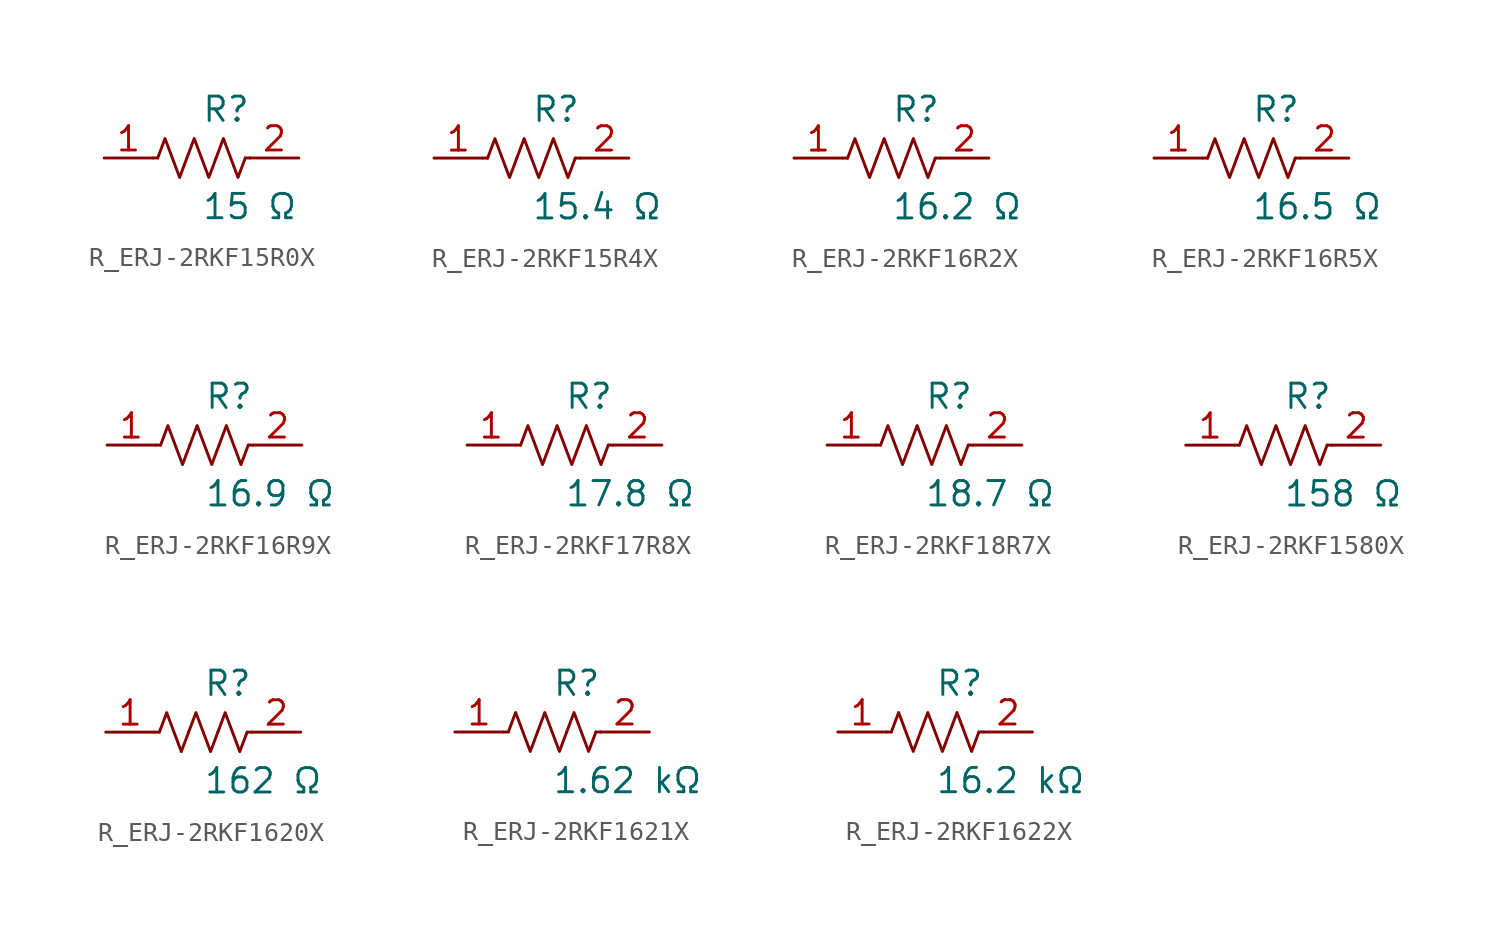
<source format=kicad_sym>
(kicad_symbol_lib
  (version 20231120)
  (generator kicad_symbol_editor)
  (generator_version 8.0)
  (symbol "R_ERJ-2RKF15R0X"
    (pin_names
      (offset 0.254))
    (property "Reference" "R"
      (at 0.0 2.54 0)
      (effects (font (size 1.27 1.27)) (justify left)))
    (property "Value" "15 Ω"
      (at 0.0 -2.54 0)
      (effects (font (size 1.27 1.27)) (justify left)))
    (symbol "R_ERJ-2RKF15R0X_0_1"
      (polyline (pts (xy 2.286 0) (xy 2.54 0)) (stroke (width 0) (type default)) (fill (type none)))
      (polyline (pts (xy -2.286 0) (xy -2.54 0)) (stroke (width 0) (type default)) (fill (type none)))
      (polyline (pts (xy 0.762 0) (xy 1.143 1.016) (xy 1.524 0) (xy 1.905 -1.016) (xy 2.286 0)) (stroke (width 0) (type default)) (fill (type none)))
      (polyline (pts (xy -0.762 0) (xy -0.381 1.016) (xy 0 0) (xy 0.381 -1.016) (xy 0.762 0)) (stroke (width 0) (type default)) (fill (type none)))
      (polyline (pts (xy -2.286 0) (xy -1.905 1.016) (xy -1.524 0) (xy -1.143 -1.016) (xy -0.762 0)) (stroke (width 0) (type default)) (fill (type none))))
    (pin unspecified line
      (at -5.08 0 0)
      (length 2.54)
      (name "" (effects (font (size 1.27 1.27))))
      (number "1" (effects (font (size 1.27 1.27)))))
    (pin unspecified line
      (at 5.08 0 180)
      (length 2.54)
      (name "" (effects (font (size 1.27 1.27))))
      (number "2" (effects (font (size 1.27 1.27))))))
  (symbol "R_ERJ-2RKF15R4X"
    (pin_names
      (offset 0.254))
    (property "Reference" "R"
      (at 0.0 2.54 0)
      (effects (font (size 1.27 1.27)) (justify left)))
    (property "Value" "15.4 Ω"
      (at 0.0 -2.54 0)
      (effects (font (size 1.27 1.27)) (justify left)))
    (symbol "R_ERJ-2RKF15R4X_0_1"
      (polyline (pts (xy 2.286 0) (xy 2.54 0)) (stroke (width 0) (type default)) (fill (type none)))
      (polyline (pts (xy -2.286 0) (xy -2.54 0)) (stroke (width 0) (type default)) (fill (type none)))
      (polyline (pts (xy 0.762 0) (xy 1.143 1.016) (xy 1.524 0) (xy 1.905 -1.016) (xy 2.286 0)) (stroke (width 0) (type default)) (fill (type none)))
      (polyline (pts (xy -0.762 0) (xy -0.381 1.016) (xy 0 0) (xy 0.381 -1.016) (xy 0.762 0)) (stroke (width 0) (type default)) (fill (type none)))
      (polyline (pts (xy -2.286 0) (xy -1.905 1.016) (xy -1.524 0) (xy -1.143 -1.016) (xy -0.762 0)) (stroke (width 0) (type default)) (fill (type none))))
    (pin unspecified line
      (at -5.08 0 0)
      (length 2.54)
      (name "" (effects (font (size 1.27 1.27))))
      (number "1" (effects (font (size 1.27 1.27)))))
    (pin unspecified line
      (at 5.08 0 180)
      (length 2.54)
      (name "" (effects (font (size 1.27 1.27))))
      (number "2" (effects (font (size 1.27 1.27))))))
  (symbol "R_ERJ-2RKF16R2X"
    (pin_names
      (offset 0.254))
    (property "Reference" "R"
      (at 0.0 2.54 0)
      (effects (font (size 1.27 1.27)) (justify left)))
    (property "Value" "16.2 Ω"
      (at 0.0 -2.54 0)
      (effects (font (size 1.27 1.27)) (justify left)))
    (symbol "R_ERJ-2RKF16R2X_0_1"
      (polyline (pts (xy 2.286 0) (xy 2.54 0)) (stroke (width 0) (type default)) (fill (type none)))
      (polyline (pts (xy -2.286 0) (xy -2.54 0)) (stroke (width 0) (type default)) (fill (type none)))
      (polyline (pts (xy 0.762 0) (xy 1.143 1.016) (xy 1.524 0) (xy 1.905 -1.016) (xy 2.286 0)) (stroke (width 0) (type default)) (fill (type none)))
      (polyline (pts (xy -0.762 0) (xy -0.381 1.016) (xy 0 0) (xy 0.381 -1.016) (xy 0.762 0)) (stroke (width 0) (type default)) (fill (type none)))
      (polyline (pts (xy -2.286 0) (xy -1.905 1.016) (xy -1.524 0) (xy -1.143 -1.016) (xy -0.762 0)) (stroke (width 0) (type default)) (fill (type none))))
    (pin unspecified line
      (at -5.08 0 0)
      (length 2.54)
      (name "" (effects (font (size 1.27 1.27))))
      (number "1" (effects (font (size 1.27 1.27)))))
    (pin unspecified line
      (at 5.08 0 180)
      (length 2.54)
      (name "" (effects (font (size 1.27 1.27))))
      (number "2" (effects (font (size 1.27 1.27))))))
  (symbol "R_ERJ-2RKF16R5X"
    (pin_names
      (offset 0.254))
    (property "Reference" "R"
      (at 0.0 2.54 0)
      (effects (font (size 1.27 1.27)) (justify left)))
    (property "Value" "16.5 Ω"
      (at 0.0 -2.54 0)
      (effects (font (size 1.27 1.27)) (justify left)))
    (symbol "R_ERJ-2RKF16R5X_0_1"
      (polyline (pts (xy 2.286 0) (xy 2.54 0)) (stroke (width 0) (type default)) (fill (type none)))
      (polyline (pts (xy -2.286 0) (xy -2.54 0)) (stroke (width 0) (type default)) (fill (type none)))
      (polyline (pts (xy 0.762 0) (xy 1.143 1.016) (xy 1.524 0) (xy 1.905 -1.016) (xy 2.286 0)) (stroke (width 0) (type default)) (fill (type none)))
      (polyline (pts (xy -0.762 0) (xy -0.381 1.016) (xy 0 0) (xy 0.381 -1.016) (xy 0.762 0)) (stroke (width 0) (type default)) (fill (type none)))
      (polyline (pts (xy -2.286 0) (xy -1.905 1.016) (xy -1.524 0) (xy -1.143 -1.016) (xy -0.762 0)) (stroke (width 0) (type default)) (fill (type none))))
    (pin unspecified line
      (at -5.08 0 0)
      (length 2.54)
      (name "" (effects (font (size 1.27 1.27))))
      (number "1" (effects (font (size 1.27 1.27)))))
    (pin unspecified line
      (at 5.08 0 180)
      (length 2.54)
      (name "" (effects (font (size 1.27 1.27))))
      (number "2" (effects (font (size 1.27 1.27))))))
  (symbol "R_ERJ-2RKF16R9X"
    (pin_names
      (offset 0.254))
    (property "Reference" "R"
      (at 0.0 2.54 0)
      (effects (font (size 1.27 1.27)) (justify left)))
    (property "Value" "16.9 Ω"
      (at 0.0 -2.54 0)
      (effects (font (size 1.27 1.27)) (justify left)))
    (symbol "R_ERJ-2RKF16R9X_0_1"
      (polyline (pts (xy 2.286 0) (xy 2.54 0)) (stroke (width 0) (type default)) (fill (type none)))
      (polyline (pts (xy -2.286 0) (xy -2.54 0)) (stroke (width 0) (type default)) (fill (type none)))
      (polyline (pts (xy 0.762 0) (xy 1.143 1.016) (xy 1.524 0) (xy 1.905 -1.016) (xy 2.286 0)) (stroke (width 0) (type default)) (fill (type none)))
      (polyline (pts (xy -0.762 0) (xy -0.381 1.016) (xy 0 0) (xy 0.381 -1.016) (xy 0.762 0)) (stroke (width 0) (type default)) (fill (type none)))
      (polyline (pts (xy -2.286 0) (xy -1.905 1.016) (xy -1.524 0) (xy -1.143 -1.016) (xy -0.762 0)) (stroke (width 0) (type default)) (fill (type none))))
    (pin unspecified line
      (at -5.08 0 0)
      (length 2.54)
      (name "" (effects (font (size 1.27 1.27))))
      (number "1" (effects (font (size 1.27 1.27)))))
    (pin unspecified line
      (at 5.08 0 180)
      (length 2.54)
      (name "" (effects (font (size 1.27 1.27))))
      (number "2" (effects (font (size 1.27 1.27))))))
  (symbol "R_ERJ-2RKF17R8X"
    (pin_names
      (offset 0.254))
    (property "Reference" "R"
      (at 0.0 2.54 0)
      (effects (font (size 1.27 1.27)) (justify left)))
    (property "Value" "17.8 Ω"
      (at 0.0 -2.54 0)
      (effects (font (size 1.27 1.27)) (justify left)))
    (symbol "R_ERJ-2RKF17R8X_0_1"
      (polyline (pts (xy 2.286 0) (xy 2.54 0)) (stroke (width 0) (type default)) (fill (type none)))
      (polyline (pts (xy -2.286 0) (xy -2.54 0)) (stroke (width 0) (type default)) (fill (type none)))
      (polyline (pts (xy 0.762 0) (xy 1.143 1.016) (xy 1.524 0) (xy 1.905 -1.016) (xy 2.286 0)) (stroke (width 0) (type default)) (fill (type none)))
      (polyline (pts (xy -0.762 0) (xy -0.381 1.016) (xy 0 0) (xy 0.381 -1.016) (xy 0.762 0)) (stroke (width 0) (type default)) (fill (type none)))
      (polyline (pts (xy -2.286 0) (xy -1.905 1.016) (xy -1.524 0) (xy -1.143 -1.016) (xy -0.762 0)) (stroke (width 0) (type default)) (fill (type none))))
    (pin unspecified line
      (at -5.08 0 0)
      (length 2.54)
      (name "" (effects (font (size 1.27 1.27))))
      (number "1" (effects (font (size 1.27 1.27)))))
    (pin unspecified line
      (at 5.08 0 180)
      (length 2.54)
      (name "" (effects (font (size 1.27 1.27))))
      (number "2" (effects (font (size 1.27 1.27))))))
  (symbol "R_ERJ-2RKF18R7X"
    (pin_names
      (offset 0.254))
    (property "Reference" "R"
      (at 0.0 2.54 0)
      (effects (font (size 1.27 1.27)) (justify left)))
    (property "Value" "18.7 Ω"
      (at 0.0 -2.54 0)
      (effects (font (size 1.27 1.27)) (justify left)))
    (symbol "R_ERJ-2RKF18R7X_0_1"
      (polyline (pts (xy 2.286 0) (xy 2.54 0)) (stroke (width 0) (type default)) (fill (type none)))
      (polyline (pts (xy -2.286 0) (xy -2.54 0)) (stroke (width 0) (type default)) (fill (type none)))
      (polyline (pts (xy 0.762 0) (xy 1.143 1.016) (xy 1.524 0) (xy 1.905 -1.016) (xy 2.286 0)) (stroke (width 0) (type default)) (fill (type none)))
      (polyline (pts (xy -0.762 0) (xy -0.381 1.016) (xy 0 0) (xy 0.381 -1.016) (xy 0.762 0)) (stroke (width 0) (type default)) (fill (type none)))
      (polyline (pts (xy -2.286 0) (xy -1.905 1.016) (xy -1.524 0) (xy -1.143 -1.016) (xy -0.762 0)) (stroke (width 0) (type default)) (fill (type none))))
    (pin unspecified line
      (at -5.08 0 0)
      (length 2.54)
      (name "" (effects (font (size 1.27 1.27))))
      (number "1" (effects (font (size 1.27 1.27)))))
    (pin unspecified line
      (at 5.08 0 180)
      (length 2.54)
      (name "" (effects (font (size 1.27 1.27))))
      (number "2" (effects (font (size 1.27 1.27))))))
  (symbol "R_ERJ-2RKF1580X"
    (pin_names
      (offset 0.254))
    (property "Reference" "R"
      (at 0.0 2.54 0)
      (effects (font (size 1.27 1.27)) (justify left)))
    (property "Value" "158 Ω"
      (at 0.0 -2.54 0)
      (effects (font (size 1.27 1.27)) (justify left)))
    (symbol "R_ERJ-2RKF1580X_0_1"
      (polyline (pts (xy 2.286 0) (xy 2.54 0)) (stroke (width 0) (type default)) (fill (type none)))
      (polyline (pts (xy -2.286 0) (xy -2.54 0)) (stroke (width 0) (type default)) (fill (type none)))
      (polyline (pts (xy 0.762 0) (xy 1.143 1.016) (xy 1.524 0) (xy 1.905 -1.016) (xy 2.286 0)) (stroke (width 0) (type default)) (fill (type none)))
      (polyline (pts (xy -0.762 0) (xy -0.381 1.016) (xy 0 0) (xy 0.381 -1.016) (xy 0.762 0)) (stroke (width 0) (type default)) (fill (type none)))
      (polyline (pts (xy -2.286 0) (xy -1.905 1.016) (xy -1.524 0) (xy -1.143 -1.016) (xy -0.762 0)) (stroke (width 0) (type default)) (fill (type none))))
    (pin unspecified line
      (at -5.08 0 0)
      (length 2.54)
      (name "" (effects (font (size 1.27 1.27))))
      (number "1" (effects (font (size 1.27 1.27)))))
    (pin unspecified line
      (at 5.08 0 180)
      (length 2.54)
      (name "" (effects (font (size 1.27 1.27))))
      (number "2" (effects (font (size 1.27 1.27))))))
  (symbol "R_ERJ-2RKF1620X"
    (pin_names
      (offset 0.254))
    (property "Reference" "R"
      (at 0.0 2.54 0)
      (effects (font (size 1.27 1.27)) (justify left)))
    (property "Value" "162 Ω"
      (at 0.0 -2.54 0)
      (effects (font (size 1.27 1.27)) (justify left)))
    (symbol "R_ERJ-2RKF1620X_0_1"
      (polyline (pts (xy 2.286 0) (xy 2.54 0)) (stroke (width 0) (type default)) (fill (type none)))
      (polyline (pts (xy -2.286 0) (xy -2.54 0)) (stroke (width 0) (type default)) (fill (type none)))
      (polyline (pts (xy 0.762 0) (xy 1.143 1.016) (xy 1.524 0) (xy 1.905 -1.016) (xy 2.286 0)) (stroke (width 0) (type default)) (fill (type none)))
      (polyline (pts (xy -0.762 0) (xy -0.381 1.016) (xy 0 0) (xy 0.381 -1.016) (xy 0.762 0)) (stroke (width 0) (type default)) (fill (type none)))
      (polyline (pts (xy -2.286 0) (xy -1.905 1.016) (xy -1.524 0) (xy -1.143 -1.016) (xy -0.762 0)) (stroke (width 0) (type default)) (fill (type none))))
    (pin unspecified line
      (at -5.08 0 0)
      (length 2.54)
      (name "" (effects (font (size 1.27 1.27))))
      (number "1" (effects (font (size 1.27 1.27)))))
    (pin unspecified line
      (at 5.08 0 180)
      (length 2.54)
      (name "" (effects (font (size 1.27 1.27))))
      (number "2" (effects (font (size 1.27 1.27))))))
  (symbol "R_ERJ-2RKF1621X"
    (pin_names
      (offset 0.254))
    (property "Reference" "R"
      (at 0.0 2.54 0)
      (effects (font (size 1.27 1.27)) (justify left)))
    (property "Value" "1.62 kΩ"
      (at 0.0 -2.54 0)
      (effects (font (size 1.27 1.27)) (justify left)))
    (symbol "R_ERJ-2RKF1621X_0_1"
      (polyline (pts (xy 2.286 0) (xy 2.54 0)) (stroke (width 0) (type default)) (fill (type none)))
      (polyline (pts (xy -2.286 0) (xy -2.54 0)) (stroke (width 0) (type default)) (fill (type none)))
      (polyline (pts (xy 0.762 0) (xy 1.143 1.016) (xy 1.524 0) (xy 1.905 -1.016) (xy 2.286 0)) (stroke (width 0) (type default)) (fill (type none)))
      (polyline (pts (xy -0.762 0) (xy -0.381 1.016) (xy 0 0) (xy 0.381 -1.016) (xy 0.762 0)) (stroke (width 0) (type default)) (fill (type none)))
      (polyline (pts (xy -2.286 0) (xy -1.905 1.016) (xy -1.524 0) (xy -1.143 -1.016) (xy -0.762 0)) (stroke (width 0) (type default)) (fill (type none))))
    (pin unspecified line
      (at -5.08 0 0)
      (length 2.54)
      (name "" (effects (font (size 1.27 1.27))))
      (number "1" (effects (font (size 1.27 1.27)))))
    (pin unspecified line
      (at 5.08 0 180)
      (length 2.54)
      (name "" (effects (font (size 1.27 1.27))))
      (number "2" (effects (font (size 1.27 1.27))))))
  (symbol "R_ERJ-2RKF1622X"
    (pin_names
      (offset 0.254))
    (property "Reference" "R"
      (at 0.0 2.54 0)
      (effects (font (size 1.27 1.27)) (justify left)))
    (property "Value" "16.2 kΩ"
      (at 0.0 -2.54 0)
      (effects (font (size 1.27 1.27)) (justify left)))
    (symbol "R_ERJ-2RKF1622X_0_1"
      (polyline (pts (xy 2.286 0) (xy 2.54 0)) (stroke (width 0) (type default)) (fill (type none)))
      (polyline (pts (xy -2.286 0) (xy -2.54 0)) (stroke (width 0) (type default)) (fill (type none)))
      (polyline (pts (xy 0.762 0) (xy 1.143 1.016) (xy 1.524 0) (xy 1.905 -1.016) (xy 2.286 0)) (stroke (width 0) (type default)) (fill (type none)))
      (polyline (pts (xy -0.762 0) (xy -0.381 1.016) (xy 0 0) (xy 0.381 -1.016) (xy 0.762 0)) (stroke (width 0) (type default)) (fill (type none)))
      (polyline (pts (xy -2.286 0) (xy -1.905 1.016) (xy -1.524 0) (xy -1.143 -1.016) (xy -0.762 0)) (stroke (width 0) (type default)) (fill (type none))))
    (pin unspecified line
      (at -5.08 0 0)
      (length 2.54)
      (name "" (effects (font (size 1.27 1.27))))
      (number "1" (effects (font (size 1.27 1.27)))))
    (pin unspecified line
      (at 5.08 0 180)
      (length 2.54)
      (name "" (effects (font (size 1.27 1.27))))
      (number "2" (effects (font (size 1.27 1.27)))))))
</source>
